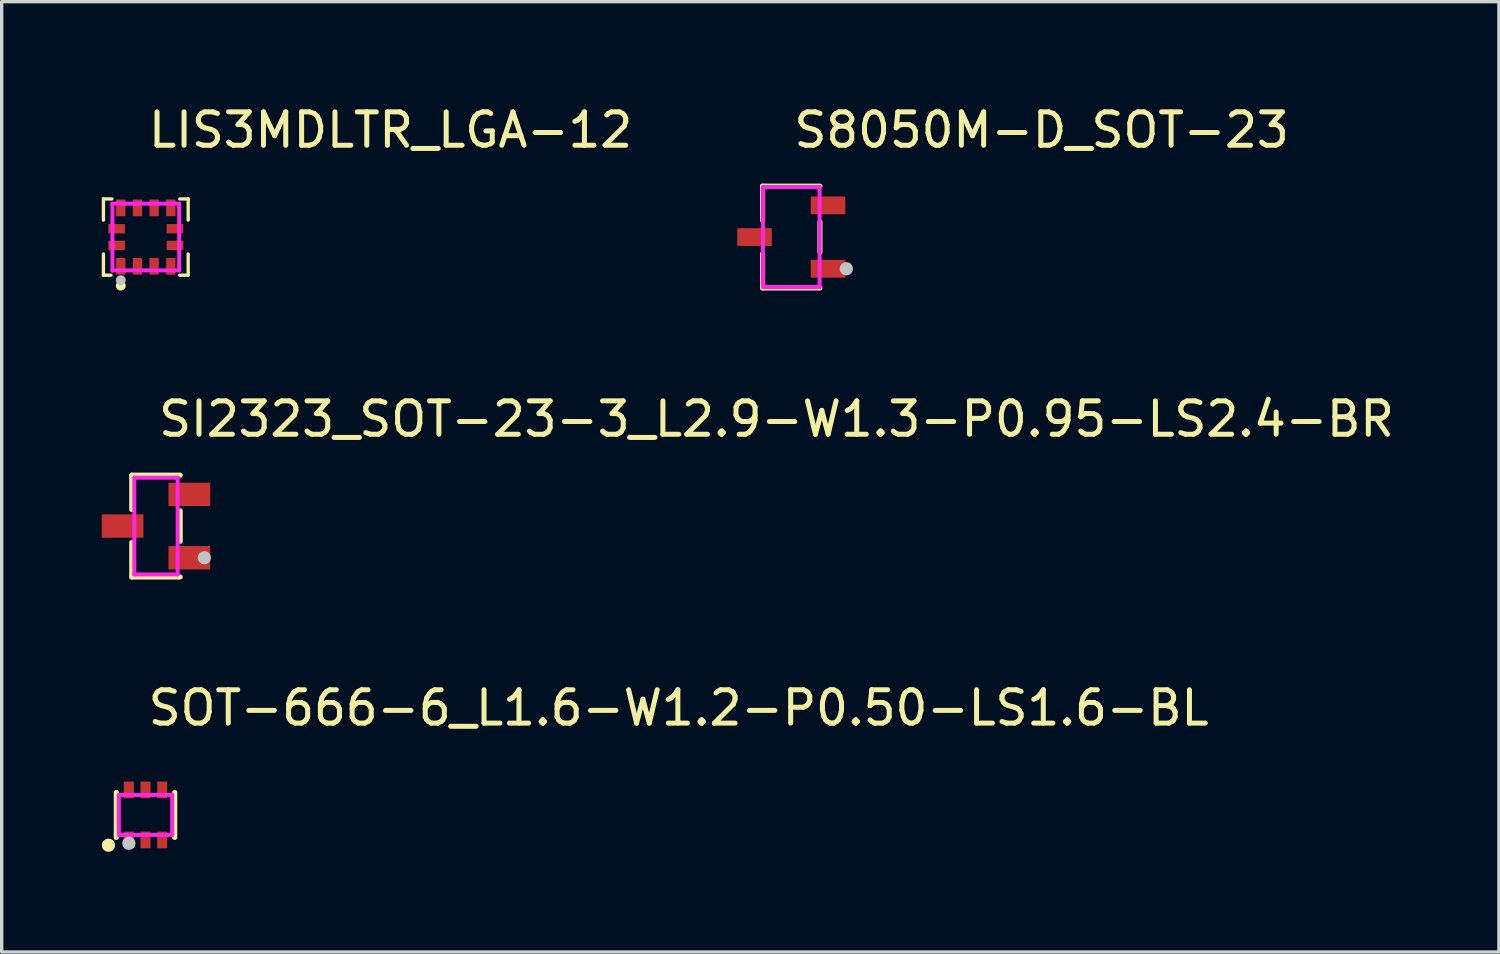
<source format=kicad_pcb>
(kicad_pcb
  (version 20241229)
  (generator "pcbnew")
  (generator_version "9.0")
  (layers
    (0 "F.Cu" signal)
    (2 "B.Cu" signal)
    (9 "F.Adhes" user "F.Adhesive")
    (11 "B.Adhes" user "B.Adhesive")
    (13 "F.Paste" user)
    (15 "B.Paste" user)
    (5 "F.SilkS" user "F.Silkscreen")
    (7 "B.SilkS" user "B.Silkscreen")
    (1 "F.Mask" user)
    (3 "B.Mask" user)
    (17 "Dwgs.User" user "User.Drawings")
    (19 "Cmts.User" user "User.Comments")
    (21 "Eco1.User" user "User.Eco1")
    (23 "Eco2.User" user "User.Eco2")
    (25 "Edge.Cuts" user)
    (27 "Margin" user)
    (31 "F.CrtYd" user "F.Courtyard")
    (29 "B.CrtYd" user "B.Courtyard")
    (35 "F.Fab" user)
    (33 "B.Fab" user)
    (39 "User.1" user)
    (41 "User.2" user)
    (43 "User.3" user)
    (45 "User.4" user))
  (footprint "S8050M-D_SOT-23"
    (layer "F.Cu")
    (at 20.666 4.055)
    (property "Reference" "S8050M-D_SOT-23" (at 0 -3.207 0) (layer "F.SilkS") (effects (font (size 1 1) (thickness 0.15)) (justify left)))
    (attr through_hole)
    (fp_line (start -0.859 -1.526) (end -0.859 -0.495) (stroke (width 0.152) (type solid)) (layer "F.SilkS"))
    (fp_line (start -0.859 1.526) (end -0.859 0.495) (stroke (width 0.152) (type solid)) (layer "F.SilkS"))
    (fp_line (start 0.859 -1.526) (end -0.859 -1.526) (stroke (width 0.152) (type solid)) (layer "F.SilkS"))
    (fp_line (start 0.859 -0.455) (end 0.859 0.455) (stroke (width 0.152) (type solid)) (layer "F.SilkS"))
    (fp_line (start 0.859 1.526) (end -0.859 1.526) (stroke (width 0.152) (type solid)) (layer "F.SilkS"))
    (fp_circle (center 1.65 0.95) (end 1.75 0.95) (stroke (width 0.2) (type solid)) (fill no) (layer "Dwgs.User"))
    (fp_line (start -1.01 -0.188) (end -0.815 -0.188) (stroke (width 0.12) (type solid)) (layer "Eco2.User"))
    (fp_line (start -1.01 0.188) (end -1.01 -0.188) (stroke (width 0.12) (type solid)) (layer "Eco2.User"))
    (fp_line (start -0.815 -0.188) (end -0.815 0.188) (stroke (width 0.12) (type solid)) (layer "Eco2.User"))
    (fp_line (start -0.815 0.188) (end -1.01 0.188) (stroke (width 0.12) (type solid)) (layer "Eco2.User"))
    (fp_line (start 0.815 -1.137) (end 1.01 -1.137) (stroke (width 0.12) (type solid)) (layer "Eco2.User"))
    (fp_line (start 0.815 -0.762) (end 0.815 -1.137) (stroke (width 0.12) (type solid)) (layer "Eco2.User"))
    (fp_line (start 0.815 0.762) (end 1.01 0.762) (stroke (width 0.12) (type solid)) (layer "Eco2.User"))
    (fp_line (start 0.815 1.137) (end 0.815 0.762) (stroke (width 0.12) (type solid)) (layer "Eco2.User"))
    (fp_line (start 1.01 -1.137) (end 1.01 -0.762) (stroke (width 0.12) (type solid)) (layer "Eco2.User"))
    (fp_line (start 1.01 -0.762) (end 0.815 -0.762) (stroke (width 0.12) (type solid)) (layer "Eco2.User"))
    (fp_line (start 1.01 0.762) (end 1.01 1.137) (stroke (width 0.12) (type solid)) (layer "Eco2.User"))
    (fp_line (start 1.01 1.137) (end 0.815 1.137) (stroke (width 0.12) (type solid)) (layer "Eco2.User"))
    (fp_circle (center 1.425 1.5) (end 1.455 1.5) (stroke (width 0.06) (type solid)) (fill no) (layer "Eco2.User"))
    (fp_poly (pts (xy -1.425 0.188) (xy -1.425 -0.188) (xy -1 -0.188) (xy -1 0.188)) (stroke (width 0.12) (type solid)) (fill no) (layer "Eco2.User"))
    (fp_poly (pts (xy 1 -0.762) (xy 1 -1.137) (xy 1.425 -1.137) (xy 1.425 -0.762)) (stroke (width 0.12) (type solid)) (fill no) (layer "Eco2.User"))
    (fp_poly (pts (xy 1 1.137) (xy 1 0.762) (xy 1.425 0.762) (xy 1.425 1.137)) (stroke (width 0.12) (type solid)) (fill no) (layer "Eco2.User"))
    (fp_line (start -0.85 -1.5) (end 0.85 -1.5) (stroke (width 0.12) (type solid)) (layer "F.CrtYd"))
    (fp_line (start -0.85 1.5) (end -0.85 -1.5) (stroke (width 0.12) (type solid)) (layer "F.CrtYd"))
    (fp_line (start 0.85 -1.5) (end 0.85 1.5) (stroke (width 0.12) (type solid)) (layer "F.CrtYd"))
    (fp_line (start 0.85 1.5) (end -0.85 1.5) (stroke (width 0.12) (type solid)) (layer "F.CrtYd"))
    (pad "1" smd rect (at 1.101 0.95) (size 1.037 0.532) (layers "F.Cu" "F.Mask" "F.Paste"))
    (pad "2" smd rect (at 1.101 -0.95) (size 1.037 0.532) (layers "F.Cu" "F.Mask" "F.Paste"))
    (pad "3" smd rect (at -1.101 0) (size 1.037 0.532) (layers "F.Cu" "F.Mask" "F.Paste")))
  (footprint "SI2323_SOT-23-3_L2.9-W1.3-P0.95-LS2.4-BR"
    (layer "F.Cu")
    (at 1.625 12.717)
    (property "Reference" "SI2323_SOT-23-3_L2.9-W1.3-P0.95-LS2.4-BR" (at 0 -3.207 0) (layer "F.SilkS") (effects (font (size 1 1) (thickness 0.15)) (justify left)))
    (attr through_hole)
    (fp_line (start -0.726 -1.526) (end -0.726 -0.495) (stroke (width 0.152) (type solid)) (layer "F.SilkS"))
    (fp_line (start -0.726 1.526) (end -0.726 0.495) (stroke (width 0.152) (type solid)) (layer "F.SilkS"))
    (fp_line (start 0.726 -1.526) (end -0.726 -1.526) (stroke (width 0.152) (type solid)) (layer "F.SilkS"))
    (fp_line (start 0.726 -0.455) (end 0.726 0.455) (stroke (width 0.152) (type solid)) (layer "F.SilkS"))
    (fp_line (start 0.726 1.526) (end -0.726 1.526) (stroke (width 0.152) (type solid)) (layer "F.SilkS"))
    (fp_circle (center 1.45 0.95) (end 1.55 0.95) (stroke (width 0.2) (type solid)) (fill no) (layer "Dwgs.User"))
    (fp_line (start -0.81 -0.2) (end -0.64 -0.2) (stroke (width 0.12) (type solid)) (layer "Eco2.User"))
    (fp_line (start -0.81 0.2) (end -0.81 -0.2) (stroke (width 0.12) (type solid)) (layer "Eco2.User"))
    (fp_line (start -0.64 -0.2) (end -0.64 0.2) (stroke (width 0.12) (type solid)) (layer "Eco2.User"))
    (fp_line (start -0.64 0.2) (end -0.81 0.2) (stroke (width 0.12) (type solid)) (layer "Eco2.User"))
    (fp_line (start 0.64 -1.15) (end 0.81 -1.15) (stroke (width 0.12) (type solid)) (layer "Eco2.User"))
    (fp_line (start 0.64 -0.75) (end 0.64 -1.15) (stroke (width 0.12) (type solid)) (layer "Eco2.User"))
    (fp_line (start 0.64 0.75) (end 0.81 0.75) (stroke (width 0.12) (type solid)) (layer "Eco2.User"))
    (fp_line (start 0.64 1.15) (end 0.64 0.75) (stroke (width 0.12) (type solid)) (layer "Eco2.User"))
    (fp_line (start 0.81 -1.15) (end 0.81 -0.75) (stroke (width 0.12) (type solid)) (layer "Eco2.User"))
    (fp_line (start 0.81 -0.75) (end 0.64 -0.75) (stroke (width 0.12) (type solid)) (layer "Eco2.User"))
    (fp_line (start 0.81 0.75) (end 0.81 1.15) (stroke (width 0.12) (type solid)) (layer "Eco2.User"))
    (fp_line (start 0.81 1.15) (end 0.64 1.15) (stroke (width 0.12) (type solid)) (layer "Eco2.User"))
    (fp_circle (center 1.2 1.45) (end 1.23 1.45) (stroke (width 0.06) (type solid)) (fill no) (layer "Eco2.User"))
    (fp_poly (pts (xy -1.2 0.2) (xy -1.2 -0.2) (xy -0.8 -0.2) (xy -0.8 0.2)) (stroke (width 0.12) (type solid)) (fill no) (layer "Eco2.User"))
    (fp_poly (pts (xy 0.8 -0.75) (xy 0.8 -1.15) (xy 1.2 -1.15) (xy 1.2 -0.75)) (stroke (width 0.12) (type solid)) (fill no) (layer "Eco2.User"))
    (fp_poly (pts (xy 0.8 1.15) (xy 0.8 0.75) (xy 1.2 0.75) (xy 1.2 1.15)) (stroke (width 0.12) (type solid)) (fill no) (layer "Eco2.User"))
    (fp_line (start -0.65 -1.45) (end 0.65 -1.45) (stroke (width 0.12) (type solid)) (layer "F.CrtYd"))
    (fp_line (start -0.65 1.45) (end -0.65 -1.45) (stroke (width 0.12) (type solid)) (layer "F.CrtYd"))
    (fp_line (start 0.65 -1.45) (end 0.65 1.45) (stroke (width 0.12) (type solid)) (layer "F.CrtYd"))
    (fp_line (start 0.65 1.45) (end -0.65 1.45) (stroke (width 0.12) (type solid)) (layer "F.CrtYd"))
    (pad "1" smd rect (at 1 0.95) (size 1.25 0.7) (layers "F.Cu" "F.Mask" "F.Paste"))
    (pad "2" smd rect (at 1 -0.95) (size 1.25 0.7) (layers "F.Cu" "F.Mask" "F.Paste"))
    (pad "3" smd rect (at -1 0) (size 1.25 0.7) (layers "F.Cu" "F.Mask" "F.Paste")))
  (footprint "SOT-666-6_L1.6-W1.2-P0.50-LS1.6-BL"
    (layer "F.Cu")
    (at 1.311 21.375)
    (property "Reference" "SOT-666-6_L1.6-W1.2-P0.50-LS1.6-BL" (at 0 -3.207 0) (layer "F.SilkS") (effects (font (size 1 1) (thickness 0.15)) (justify left)))
    (attr through_hole)
    (fp_line (start -0.876 0.676) (end -0.876 -0.676) (stroke (width 0.152) (type solid)) (layer "F.SilkS"))
    (fp_line (start 0.876 0.676) (end 0.876 -0.676) (stroke (width 0.152) (type solid)) (layer "F.SilkS"))
    (fp_circle (center -1.111 0.908) (end -1.011 0.908) (stroke (width 0.2) (type solid)) (fill no) (layer "F.SilkS"))
    (fp_circle (center -0.499 0.85) (end -0.399 0.85) (stroke (width 0.2) (type solid)) (fill no) (layer "Dwgs.User"))
    (fp_circle (center -0.8 0.8) (end -0.77 0.8) (stroke (width 0.06) (type solid)) (fill no) (layer "Eco2.User"))
    (fp_poly (pts (xy -0.6 -0.8) (xy -0.4 -0.8) (xy -0.4 -0.55) (xy -0.6 -0.55)) (stroke (width 0.12) (type solid)) (fill no) (layer "Eco2.User"))
    (fp_poly (pts (xy -0.6 0.55) (xy -0.4 0.55) (xy -0.4 0.8) (xy -0.6 0.8)) (stroke (width 0.12) (type solid)) (fill no) (layer "Eco2.User"))
    (fp_poly (pts (xy -0.1 -0.8) (xy 0.1 -0.8) (xy 0.1 -0.55) (xy -0.1 -0.55)) (stroke (width 0.12) (type solid)) (fill no) (layer "Eco2.User"))
    (fp_poly (pts (xy -0.1 0.55) (xy 0.1 0.55) (xy 0.1 0.8) (xy -0.1 0.8)) (stroke (width 0.12) (type solid)) (fill no) (layer "Eco2.User"))
    (fp_poly (pts (xy 0.4 -0.8) (xy 0.6 -0.8) (xy 0.6 -0.55) (xy 0.4 -0.55)) (stroke (width 0.12) (type solid)) (fill no) (layer "Eco2.User"))
    (fp_poly (pts (xy 0.4 0.55) (xy 0.6 0.55) (xy 0.6 0.8) (xy 0.4 0.8)) (stroke (width 0.12) (type solid)) (fill no) (layer "Eco2.User"))
    (fp_line (start -0.8 -0.6) (end 0.8 -0.6) (stroke (width 0.12) (type solid)) (layer "F.CrtYd"))
    (fp_line (start -0.8 0.6) (end -0.8 -0.6) (stroke (width 0.12) (type solid)) (layer "F.CrtYd"))
    (fp_line (start 0.8 -0.6) (end 0.8 0.6) (stroke (width 0.12) (type solid)) (layer "F.CrtYd"))
    (fp_line (start 0.8 0.6) (end -0.8 0.6) (stroke (width 0.12) (type solid)) (layer "F.CrtYd"))
    (pad "1" smd rect (at -0.5 0.75) (size 0.3 0.5) (layers "F.Cu" "F.Mask" "F.Paste"))
    (pad "2" smd rect (at 0 0.75) (size 0.3 0.5) (layers "F.Cu" "F.Mask" "F.Paste"))
    (pad "3" smd rect (at 0.5 0.75) (size 0.3 0.5) (layers "F.Cu" "F.Mask" "F.Paste"))
    (pad "4" smd rect (at 0.5 -0.75) (size 0.3 0.5) (layers "F.Cu" "F.Mask" "F.Paste"))
    (pad "5" smd rect (at 0 -0.75) (size 0.3 0.5) (layers "F.Cu" "F.Mask" "F.Paste"))
    (pad "6" smd rect (at -0.5 -0.75) (size 0.3 0.5) (layers "F.Cu" "F.Mask" "F.Paste")))
  (footprint "LIS3MDLTR_LGA-12"
    (layer "F.Cu")
    (at 1.32 4.055)
    (property "Reference" "LIS3MDLTR_LGA-12" (at 0 -3.207 0) (layer "F.SilkS") (effects (font (size 1 1) (thickness 0.15)) (justify left)))
    (attr through_hole)
    (fp_line (start -1.27 -1.143) (end -1.27 -0.508) (stroke (width 0.1) (type solid)) (layer "F.SilkS"))
    (fp_line (start -1.27 0.508) (end -1.27 1.143) (stroke (width 0.1) (type solid)) (layer "F.SilkS"))
    (fp_line (start -1.27 1.143) (end -1.044 1.143) (stroke (width 0.1) (type solid)) (layer "F.SilkS"))
    (fp_line (start -1.016 -1.143) (end -1.27 -1.143) (stroke (width 0.1) (type solid)) (layer "F.SilkS"))
    (fp_line (start 1.016 -1.143) (end 1.27 -1.143) (stroke (width 0.1) (type solid)) (layer "F.SilkS"))
    (fp_line (start 1.27 -1.143) (end 1.27 -0.508) (stroke (width 0.1) (type solid)) (layer "F.SilkS"))
    (fp_line (start 1.27 0.508) (end 1.27 1.143) (stroke (width 0.1) (type solid)) (layer "F.SilkS"))
    (fp_line (start 1.27 1.143) (end 1.016 1.143) (stroke (width 0.1) (type solid)) (layer "F.SilkS"))
    (fp_circle (center -0.75 1.457) (end -0.675 1.457) (stroke (width 0.15) (type solid)) (fill no) (layer "F.SilkS"))
    (fp_circle (center -0.75 1.293) (end -0.675 1.293) (stroke (width 0.15) (type solid)) (fill no) (layer "Dwgs.User"))
    (fp_circle (center -1 1) (end -0.97 1) (stroke (width 0.06) (type solid)) (fill no) (layer "Eco2.User"))
    (fp_poly (pts (xy -0.875 0.625) (xy -0.625 0.625) (xy -0.625 0.9) (xy -0.875 0.9)) (stroke (width 0.12) (type solid)) (fill no) (layer "Eco2.User"))
    (fp_poly (pts (xy -0.625 -0.625) (xy -0.875 -0.625) (xy -0.875 -0.9) (xy -0.625 -0.9)) (stroke (width 0.12) (type solid)) (fill no) (layer "Eco2.User"))
    (fp_poly (pts (xy -0.625 -0.375) (xy -0.625 -0.125) (xy -0.9 -0.125) (xy -0.9 -0.375)) (stroke (width 0.12) (type solid)) (fill no) (layer "Eco2.User"))
    (fp_poly (pts (xy -0.625 0.125) (xy -0.625 0.375) (xy -0.9 0.375) (xy -0.9 0.125)) (stroke (width 0.12) (type solid)) (fill no) (layer "Eco2.User"))
    (fp_poly (pts (xy -0.375 0.625) (xy -0.125 0.625) (xy -0.125 0.9) (xy -0.375 0.9)) (stroke (width 0.12) (type solid)) (fill no) (layer "Eco2.User"))
    (fp_poly (pts (xy -0.125 -0.625) (xy -0.375 -0.625) (xy -0.375 -0.9) (xy -0.125 -0.9)) (stroke (width 0.12) (type solid)) (fill no) (layer "Eco2.User"))
    (fp_poly (pts (xy 0.125 0.625) (xy 0.375 0.625) (xy 0.375 0.9) (xy 0.125 0.9)) (stroke (width 0.12) (type solid)) (fill no) (layer "Eco2.User"))
    (fp_poly (pts (xy 0.375 -0.625) (xy 0.125 -0.625) (xy 0.125 -0.9) (xy 0.375 -0.9)) (stroke (width 0.12) (type solid)) (fill no) (layer "Eco2.User"))
    (fp_poly (pts (xy 0.625 -0.125) (xy 0.625 -0.375) (xy 0.9 -0.375) (xy 0.9 -0.125)) (stroke (width 0.12) (type solid)) (fill no) (layer "Eco2.User"))
    (fp_poly (pts (xy 0.625 0.375) (xy 0.625 0.125) (xy 0.9 0.125) (xy 0.9 0.375)) (stroke (width 0.12) (type solid)) (fill no) (layer "Eco2.User"))
    (fp_poly (pts (xy 0.625 0.625) (xy 0.875 0.625) (xy 0.875 0.9) (xy 0.625 0.9)) (stroke (width 0.12) (type solid)) (fill no) (layer "Eco2.User"))
    (fp_poly (pts (xy 0.875 -0.625) (xy 0.625 -0.625) (xy 0.625 -0.9) (xy 0.875 -0.9)) (stroke (width 0.12) (type solid)) (fill no) (layer "Eco2.User"))
    (fp_line (start -1 -1) (end 1 -1) (stroke (width 0.12) (type solid)) (layer "F.CrtYd"))
    (fp_line (start -1 1) (end -1 -1) (stroke (width 0.12) (type solid)) (layer "F.CrtYd"))
    (fp_line (start 1 -1) (end 1 1) (stroke (width 0.12) (type solid)) (layer "F.CrtYd"))
    (fp_line (start 1 1) (end -1 1) (stroke (width 0.12) (type solid)) (layer "F.CrtYd"))
    (pad "1" smd rect (at -0.75 0.875) (size 0.28 0.5) (layers "F.Cu" "F.Mask" "F.Paste"))
    (pad "2" smd rect (at -0.25 0.875) (size 0.28 0.5) (layers "F.Cu" "F.Mask" "F.Paste"))
    (pad "3" smd rect (at 0.25 0.875) (size 0.28 0.5) (layers "F.Cu" "F.Mask" "F.Paste"))
    (pad "4" smd rect (at 0.75 0.875) (size 0.28 0.5) (layers "F.Cu" "F.Mask" "F.Paste"))
    (pad "5" smd rect (at 0.875 0.25) (size 0.5 0.28) (layers "F.Cu" "F.Mask" "F.Paste"))
    (pad "6" smd rect (at 0.875 -0.25) (size 0.5 0.28) (layers "F.Cu" "F.Mask" "F.Paste"))
    (pad "7" smd rect (at 0.75 -0.875) (size 0.28 0.5) (layers "F.Cu" "F.Mask" "F.Paste"))
    (pad "8" smd rect (at 0.25 -0.875) (size 0.28 0.5) (layers "F.Cu" "F.Mask" "F.Paste"))
    (pad "9" smd rect (at -0.25 -0.875) (size 0.28 0.5) (layers "F.Cu" "F.Mask" "F.Paste"))
    (pad "10" smd rect (at -0.75 -0.875) (size 0.28 0.5) (layers "F.Cu" "F.Mask" "F.Paste"))
    (pad "11" smd rect (at -0.875 -0.25) (size 0.5 0.28) (layers "F.Cu" "F.Mask" "F.Paste"))
    (pad "12" smd rect (at -0.875 0.25) (size 0.5 0.28) (layers "F.Cu" "F.Mask" "F.Paste")))
  (gr_rect
    (start -3 -3)
    (end 41.875 25.483)
    (stroke (width 0.1) (type default))
    (fill no)
    (layer "Edge.Cuts")))
</source>
